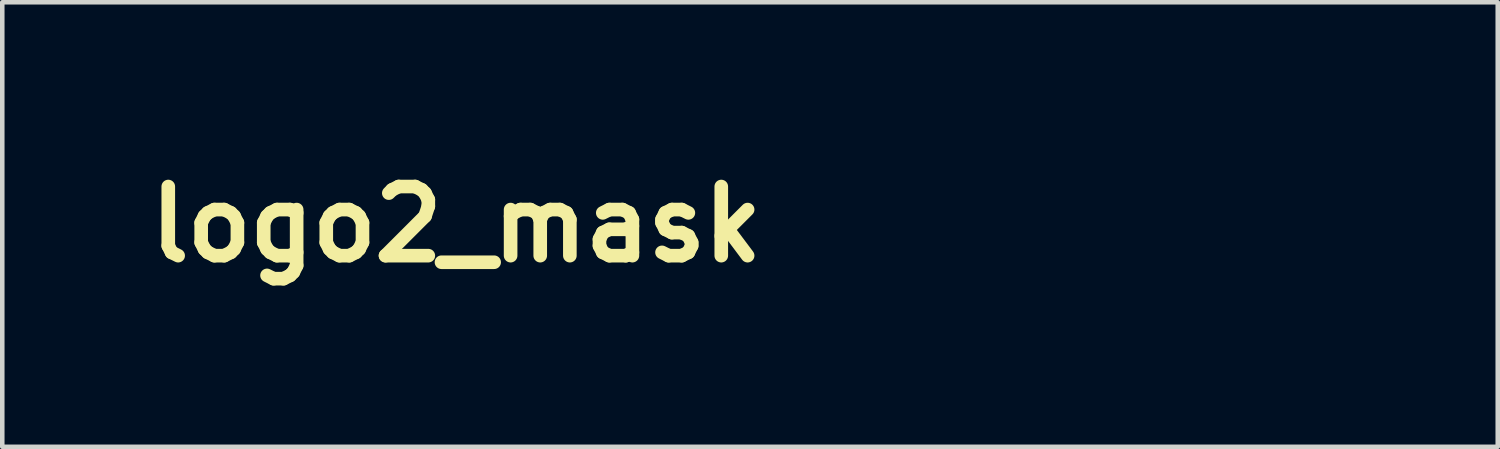
<source format=kicad_pcb>
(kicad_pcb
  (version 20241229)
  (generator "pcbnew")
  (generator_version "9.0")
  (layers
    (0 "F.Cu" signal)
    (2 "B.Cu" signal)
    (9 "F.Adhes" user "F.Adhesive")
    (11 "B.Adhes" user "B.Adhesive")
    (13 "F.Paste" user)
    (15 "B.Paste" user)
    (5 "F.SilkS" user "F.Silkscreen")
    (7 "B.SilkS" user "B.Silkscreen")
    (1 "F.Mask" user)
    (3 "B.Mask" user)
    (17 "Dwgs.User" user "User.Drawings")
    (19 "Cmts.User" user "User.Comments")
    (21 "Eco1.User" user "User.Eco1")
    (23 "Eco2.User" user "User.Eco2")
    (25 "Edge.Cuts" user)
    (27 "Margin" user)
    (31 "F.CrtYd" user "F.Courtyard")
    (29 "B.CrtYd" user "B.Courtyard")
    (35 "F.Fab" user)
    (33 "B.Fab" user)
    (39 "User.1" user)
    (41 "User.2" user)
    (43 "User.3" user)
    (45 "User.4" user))
  (footprint "logo2_mask"
    (layer "F.Cu")
    (at 7.01 1.897)
    (property "Reference" "logo2_mask" (at 0 0 0) (layer "F.SilkS") (effects (font (size 1.524 1.524) (thickness 0.3))))
    (attr through_hole)
    (fp_poly (pts (xy 9.668 -1.855) (xy 9.694 -1.847) (xy 9.716 -1.829) (xy 9.733 -1.797) (xy 9.747 -1.749) (xy 9.758 -1.681) (xy 9.767 -1.589) (xy 9.772 -1.47) (xy 9.776 -1.32) (xy 9.778 -1.137) (xy 9.779 -0.917) (xy 9.779 -0.656) (xy 9.779 -0.351) (xy 9.779 0.001) (xy 9.779 0.004) (xy 9.779 0.356) (xy 9.779 0.661) (xy 9.779 0.921) (xy 9.778 1.141) (xy 9.776 1.324) (xy 9.772 1.473) (xy 9.767 1.591) (xy 9.759 1.683) (xy 9.748 1.751) (xy 9.733 1.799) (xy 9.715 1.83) (xy 9.693 1.848) (xy 9.667 1.856) (xy 9.636 1.857) (xy 9.599 1.856) (xy 9.557 1.854) (xy 9.555 1.854) (xy 9.459 1.847) (xy 9.396 1.823) (xy 9.373 1.803) (xy 9.363 1.792) (xy 9.354 1.778) (xy 9.347 1.757) (xy 9.341 1.726) (xy 9.336 1.68) (xy 9.332 1.617) (xy 9.329 1.533) (xy 9.326 1.423) (xy 9.324 1.285) (xy 9.323 1.114) (xy 9.322 0.908) (xy 9.322 0.662) (xy 9.322 0.373) (xy 9.322 0.037) (xy 9.322 0) (xy 9.322 -0.341) (xy 9.322 -0.634) (xy 9.322 -0.885) (xy 9.323 -1.095) (xy 9.324 -1.269) (xy 9.326 -1.41) (xy 9.328 -1.522) (xy 9.331 -1.609) (xy 9.335 -1.675) (xy 9.34 -1.722) (xy 9.346 -1.755) (xy 9.353 -1.776) (xy 9.362 -1.791) (xy 9.372 -1.802) (xy 9.373 -1.803) (xy 9.423 -1.837) (xy 9.498 -1.852) (xy 9.559 -1.854) (xy 9.601 -1.855) (xy 9.637 -1.857) (xy 9.668 -1.855)) (stroke (width 0.01) (type solid)) (fill yes) (layer "F.Mask"))
    (fp_poly (pts (xy 13.787 -1.851) (xy 13.866 -1.828) (xy 13.883 -1.818) (xy 13.892 -1.809) (xy 13.901 -1.796) (xy 13.908 -1.775) (xy 13.914 -1.742) (xy 13.92 -1.694) (xy 13.924 -1.627) (xy 13.928 -1.536) (xy 13.931 -1.419) (xy 13.934 -1.272) (xy 13.936 -1.09) (xy 13.938 -0.871) (xy 13.941 -0.611) (xy 13.943 -0.305) (xy 13.945 -0.123) (xy 13.957 1.537) (xy 14.351 1.543) (xy 14.514 1.547) (xy 14.633 1.554) (xy 14.714 1.565) (xy 14.766 1.584) (xy 14.794 1.613) (xy 14.806 1.655) (xy 14.808 1.705) (xy 14.806 1.75) (xy 14.796 1.786) (xy 14.772 1.812) (xy 14.729 1.83) (xy 14.66 1.843) (xy 14.561 1.85) (xy 14.424 1.853) (xy 14.245 1.854) (xy 14.159 1.854) (xy 13.974 1.854) (xy 13.832 1.853) (xy 13.729 1.85) (xy 13.655 1.846) (xy 13.606 1.839) (xy 13.573 1.829) (xy 13.551 1.815) (xy 13.538 1.803) (xy 13.528 1.792) (xy 13.52 1.778) (xy 13.513 1.757) (xy 13.507 1.726) (xy 13.501 1.68) (xy 13.497 1.617) (xy 13.494 1.533) (xy 13.492 1.423) (xy 13.49 1.285) (xy 13.489 1.114) (xy 13.488 0.908) (xy 13.488 0.662) (xy 13.487 0.373) (xy 13.487 0.037) (xy 13.487 0) (xy 13.487 -0.341) (xy 13.488 -0.634) (xy 13.488 -0.885) (xy 13.489 -1.095) (xy 13.49 -1.269) (xy 13.492 -1.41) (xy 13.494 -1.522) (xy 13.497 -1.609) (xy 13.501 -1.675) (xy 13.506 -1.722) (xy 13.512 -1.755) (xy 13.519 -1.776) (xy 13.527 -1.791) (xy 13.537 -1.802) (xy 13.538 -1.803) (xy 13.602 -1.838) (xy 13.692 -1.854) (xy 13.787 -1.851)) (stroke (width 0.01) (type solid)) (fill yes) (layer "F.Mask"))
    (fp_poly (pts (xy 7.804 -1.854) (xy 7.942 -1.852) (xy 8.043 -1.85) (xy 8.113 -1.845) (xy 8.16 -1.837) (xy 8.189 -1.827) (xy 8.209 -1.812) (xy 8.213 -1.808) (xy 8.244 -1.747) (xy 8.254 -1.671) (xy 8.24 -1.605) (xy 8.222 -1.579) (xy 8.183 -1.567) (xy 8.101 -1.557) (xy 7.984 -1.549) (xy 7.839 -1.544) (xy 7.821 -1.544) (xy 7.455 -1.537) (xy 7.448 -0.654) (xy 7.442 0.229) (xy 7.733 0.229) (xy 7.859 0.229) (xy 7.944 0.232) (xy 7.998 0.239) (xy 8.031 0.252) (xy 8.053 0.272) (xy 8.065 0.289) (xy 8.091 0.365) (xy 8.08 0.442) (xy 8.039 0.5) (xy 8.025 0.509) (xy 7.981 0.519) (xy 7.9 0.527) (xy 7.793 0.532) (xy 7.712 0.533) (xy 7.445 0.533) (xy 7.437 1.14) (xy 7.434 1.349) (xy 7.43 1.513) (xy 7.423 1.636) (xy 7.411 1.726) (xy 7.392 1.787) (xy 7.364 1.824) (xy 7.326 1.845) (xy 7.276 1.853) (xy 7.212 1.854) (xy 7.199 1.854) (xy 7.114 1.85) (xy 7.061 1.834) (xy 7.021 1.798) (xy 7.012 1.787) (xy 7.002 1.773) (xy 6.993 1.757) (xy 6.985 1.735) (xy 6.979 1.703) (xy 6.974 1.657) (xy 6.97 1.595) (xy 6.966 1.511) (xy 6.964 1.403) (xy 6.962 1.267) (xy 6.961 1.099) (xy 6.96 0.895) (xy 6.96 0.651) (xy 6.96 0.365) (xy 6.96 0.031) (xy 6.96 0.008) (xy 6.96 -0.337) (xy 6.96 -0.634) (xy 6.961 -0.888) (xy 6.962 -1.102) (xy 6.964 -1.279) (xy 6.968 -1.424) (xy 6.972 -1.539) (xy 6.977 -1.629) (xy 6.984 -1.697) (xy 6.993 -1.747) (xy 7.003 -1.782) (xy 7.016 -1.806) (xy 7.03 -1.823) (xy 7.046 -1.835) (xy 7.079 -1.84) (xy 7.154 -1.845) (xy 7.265 -1.849) (xy 7.403 -1.852) (xy 7.561 -1.854) (xy 7.622 -1.854) (xy 7.804 -1.854)) (stroke (width 0.01) (type solid)) (fill yes) (layer "F.Mask"))
    (fp_poly (pts (xy 16.293 -1.849) (xy 16.307 -1.849) (xy 16.455 -1.845) (xy 16.565 -1.839) (xy 16.646 -1.83) (xy 16.71 -1.816) (xy 16.768 -1.796) (xy 16.822 -1.772) (xy 16.999 -1.662) (xy 17.152 -1.507) (xy 17.281 -1.308) (xy 17.386 -1.064) (xy 17.43 -0.922) (xy 17.448 -0.85) (xy 17.462 -0.779) (xy 17.472 -0.7) (xy 17.479 -0.605) (xy 17.483 -0.485) (xy 17.485 -0.331) (xy 17.486 -0.165) (xy 17.486 0.033) (xy 17.484 0.19) (xy 17.479 0.314) (xy 17.471 0.415) (xy 17.46 0.5) (xy 17.444 0.58) (xy 17.44 0.597) (xy 17.352 0.901) (xy 17.237 1.167) (xy 17.098 1.393) (xy 16.935 1.576) (xy 16.75 1.716) (xy 16.662 1.763) (xy 16.582 1.798) (xy 16.51 1.822) (xy 16.433 1.836) (xy 16.334 1.845) (xy 16.215 1.85) (xy 15.934 1.859) (xy 15.878 1.789) (xy 15.823 1.719) (xy 15.824 1.524) (xy 16.306 1.524) (xy 16.36 1.524) (xy 16.419 1.513) (xy 16.491 1.487) (xy 16.5 1.483) (xy 16.612 1.403) (xy 16.713 1.278) (xy 16.801 1.112) (xy 16.876 0.909) (xy 16.935 0.675) (xy 16.979 0.412) (xy 17.006 0.127) (xy 17.014 -0.178) (xy 17.008 -0.391) (xy 16.987 -0.679) (xy 16.953 -0.92) (xy 16.905 -1.116) (xy 16.841 -1.272) (xy 16.76 -1.388) (xy 16.661 -1.468) (xy 16.542 -1.515) (xy 16.445 -1.529) (xy 16.32 -1.537) (xy 16.313 -0.006) (xy 16.306 1.524) (xy 15.824 1.524) (xy 15.83 -0.032) (xy 15.831 -0.372) (xy 15.833 -0.666) (xy 15.834 -0.915) (xy 15.836 -1.125) (xy 15.838 -1.299) (xy 15.84 -1.439) (xy 15.843 -1.551) (xy 15.846 -1.637) (xy 15.85 -1.701) (xy 15.855 -1.747) (xy 15.861 -1.778) (xy 15.869 -1.798) (xy 15.877 -1.811) (xy 15.887 -1.819) (xy 15.888 -1.82) (xy 15.918 -1.836) (xy 15.965 -1.846) (xy 16.038 -1.851) (xy 16.145 -1.852) (xy 16.293 -1.849)) (stroke (width 0.01) (type solid)) (fill yes) (layer "F.Mask"))
    (fp_poly (pts (xy 19.423 -1.889) (xy 19.497 -1.877) (xy 19.559 -1.85) (xy 19.6 -1.825) (xy 19.688 -1.747) (xy 19.755 -1.643) (xy 19.803 -1.505) (xy 19.836 -1.326) (xy 19.842 -1.268) (xy 19.854 -1.115) (xy 19.85 -1.005) (xy 19.829 -0.932) (xy 19.788 -0.888) (xy 19.727 -0.869) (xy 19.719 -0.869) (xy 19.64 -0.882) (xy 19.587 -0.938) (xy 19.561 -1.034) (xy 19.558 -1.084) (xy 19.55 -1.205) (xy 19.528 -1.324) (xy 19.497 -1.425) (xy 19.46 -1.494) (xy 19.454 -1.501) (xy 19.38 -1.547) (xy 19.3 -1.545) (xy 19.221 -1.497) (xy 19.146 -1.407) (xy 19.116 -1.354) (xy 19.091 -1.269) (xy 19.078 -1.154) (xy 19.078 -1.026) (xy 19.091 -0.905) (xy 19.102 -0.856) (xy 19.138 -0.773) (xy 19.206 -0.658) (xy 19.303 -0.515) (xy 19.427 -0.349) (xy 19.566 -0.174) (xy 19.65 -0.063) (xy 19.733 0.058) (xy 19.801 0.17) (xy 19.825 0.216) (xy 19.903 0.417) (xy 19.945 0.629) (xy 19.955 0.844) (xy 19.934 1.056) (xy 19.885 1.258) (xy 19.809 1.444) (xy 19.708 1.606) (xy 19.584 1.737) (xy 19.44 1.832) (xy 19.353 1.865) (xy 19.216 1.896) (xy 19.096 1.899) (xy 18.97 1.872) (xy 18.951 1.867) (xy 18.816 1.799) (xy 18.697 1.688) (xy 18.597 1.54) (xy 18.52 1.36) (xy 18.467 1.155) (xy 18.442 0.93) (xy 18.441 0.863) (xy 18.449 0.732) (xy 18.476 0.645) (xy 18.525 0.599) (xy 18.597 0.589) (xy 18.601 0.589) (xy 18.669 0.612) (xy 18.714 0.667) (xy 18.738 0.761) (xy 18.745 0.88) (xy 18.758 1.046) (xy 18.795 1.201) (xy 18.851 1.336) (xy 18.921 1.444) (xy 19.003 1.517) (xy 19.092 1.549) (xy 19.107 1.549) (xy 19.211 1.527) (xy 19.297 1.458) (xy 19.368 1.342) (xy 19.375 1.328) (xy 19.429 1.144) (xy 19.445 0.94) (xy 19.425 0.729) (xy 19.369 0.527) (xy 19.313 0.403) (xy 19.271 0.338) (xy 19.203 0.244) (xy 19.118 0.135) (xy 19.024 0.02) (xy 18.99 -0.021) (xy 18.869 -0.168) (xy 18.768 -0.305) (xy 18.691 -0.422) (xy 18.658 -0.483) (xy 18.624 -0.558) (xy 18.602 -0.621) (xy 18.589 -0.687) (xy 18.583 -0.769) (xy 18.581 -0.882) (xy 18.581 -0.94) (xy 18.589 -1.135) (xy 18.614 -1.293) (xy 18.659 -1.427) (xy 18.73 -1.548) (xy 18.814 -1.651) (xy 18.931 -1.766) (xy 19.045 -1.84) (xy 19.17 -1.879) (xy 19.319 -1.892) (xy 19.423 -1.889)) (stroke (width 0.01) (type solid)) (fill yes) (layer "F.Mask"))
    (fp_poly (pts (xy 11.756 -1.854) (xy 11.886 -1.853) (xy 11.98 -1.849) (xy 12.045 -1.844) (xy 12.088 -1.836) (xy 12.117 -1.823) (xy 12.138 -1.807) (xy 12.141 -1.803) (xy 12.186 -1.733) (xy 12.181 -1.658) (xy 12.152 -1.606) (xy 12.133 -1.582) (xy 12.107 -1.566) (xy 12.065 -1.557) (xy 11.998 -1.552) (xy 11.897 -1.55) (xy 11.798 -1.549) (xy 11.665 -1.549) (xy 11.574 -1.546) (xy 11.517 -1.54) (xy 11.482 -1.528) (xy 11.463 -1.511) (xy 11.456 -1.5) (xy 11.448 -1.457) (xy 11.441 -1.365) (xy 11.437 -1.224) (xy 11.435 -1.036) (xy 11.435 -0.801) (xy 11.436 -0.617) (xy 11.443 0.216) (xy 11.709 0.223) (xy 11.832 0.227) (xy 11.913 0.233) (xy 11.966 0.244) (xy 11.999 0.261) (xy 12.021 0.283) (xy 12.061 0.359) (xy 12.051 0.435) (xy 12.029 0.471) (xy 12.006 0.494) (xy 11.968 0.51) (xy 11.907 0.521) (xy 11.812 0.528) (xy 11.718 0.533) (xy 11.443 0.546) (xy 11.436 0.998) (xy 11.435 1.178) (xy 11.437 1.324) (xy 11.443 1.43) (xy 11.452 1.49) (xy 11.456 1.499) (xy 11.47 1.519) (xy 11.493 1.533) (xy 11.534 1.542) (xy 11.6 1.547) (xy 11.701 1.549) (xy 11.844 1.549) (xy 11.845 1.549) (xy 12.001 1.55) (xy 12.113 1.555) (xy 12.188 1.566) (xy 12.234 1.585) (xy 12.258 1.614) (xy 12.267 1.658) (xy 12.268 1.693) (xy 12.265 1.742) (xy 12.252 1.78) (xy 12.224 1.809) (xy 12.175 1.829) (xy 12.098 1.842) (xy 11.988 1.85) (xy 11.84 1.853) (xy 11.648 1.854) (xy 11.621 1.854) (xy 11.461 1.853) (xy 11.317 1.85) (xy 11.197 1.847) (xy 11.11 1.842) (xy 11.064 1.836) (xy 11.059 1.835) (xy 11.043 1.822) (xy 11.028 1.805) (xy 11.016 1.781) (xy 11.006 1.745) (xy 10.997 1.695) (xy 10.99 1.626) (xy 10.985 1.535) (xy 10.981 1.418) (xy 10.978 1.273) (xy 10.975 1.094) (xy 10.974 0.879) (xy 10.973 0.624) (xy 10.973 0.326) (xy 10.973 -0.02) (xy 10.973 -0.024) (xy 10.973 -0.362) (xy 10.973 -0.653) (xy 10.973 -0.901) (xy 10.974 -1.109) (xy 10.975 -1.281) (xy 10.977 -1.42) (xy 10.98 -1.53) (xy 10.983 -1.616) (xy 10.987 -1.679) (xy 10.992 -1.725) (xy 10.998 -1.757) (xy 11.005 -1.778) (xy 11.014 -1.792) (xy 11.024 -1.803) (xy 11.024 -1.803) (xy 11.044 -1.821) (xy 11.07 -1.834) (xy 11.11 -1.843) (xy 11.171 -1.849) (xy 11.259 -1.852) (xy 11.382 -1.854) (xy 11.547 -1.854) (xy 11.582 -1.854) (xy 11.756 -1.854)) (stroke (width 0.01) (type solid)) (fill yes) (layer "F.Mask")))
  (gr_rect
    (start -3 -3)
    (end 29.971 6.8)
    (stroke (width 0.1) (type default))
    (fill no)
    (layer "Edge.Cuts")))
</source>
